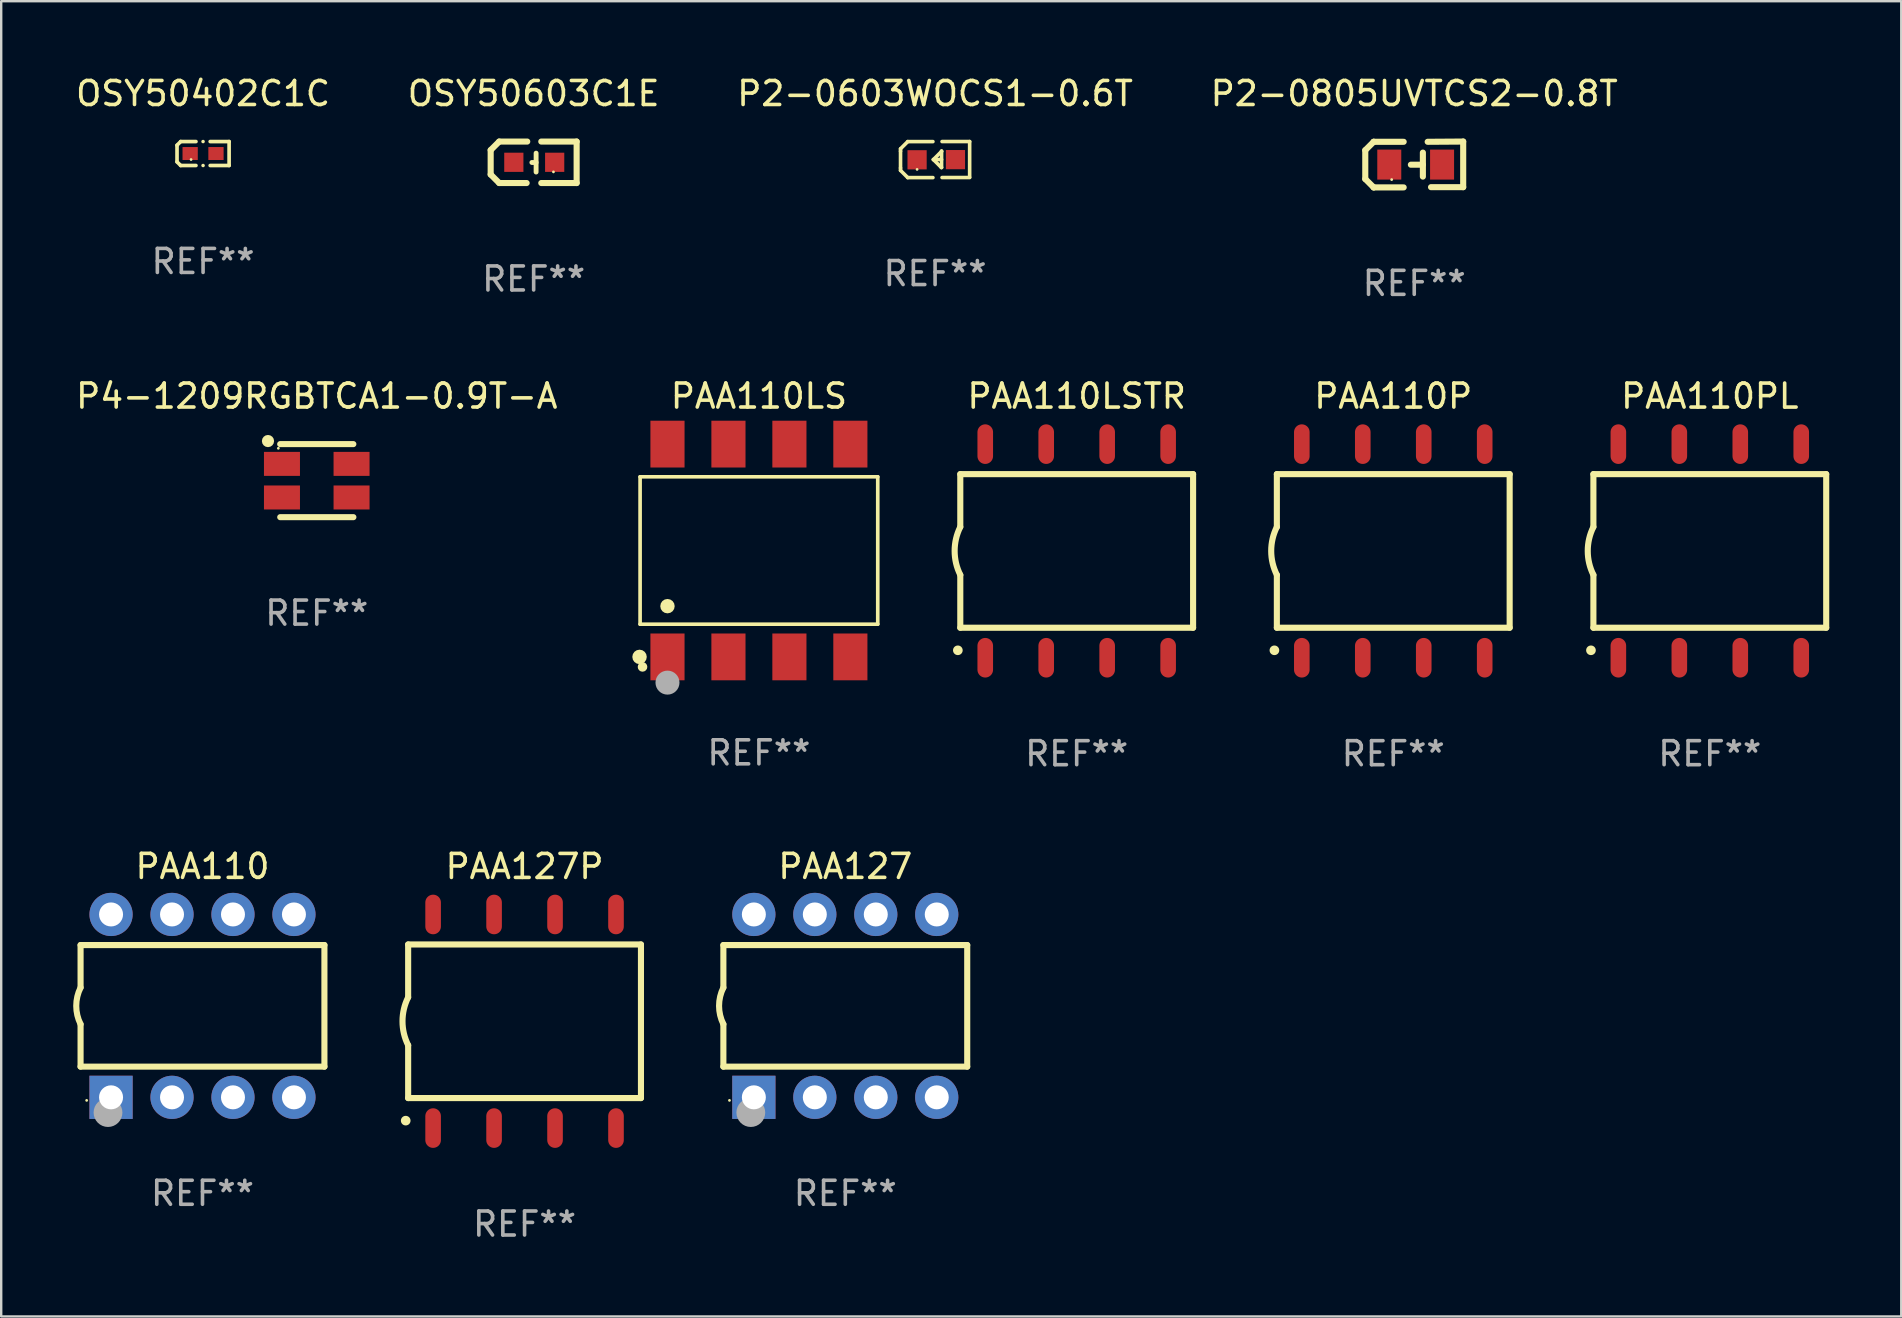
<source format=kicad_pcb>
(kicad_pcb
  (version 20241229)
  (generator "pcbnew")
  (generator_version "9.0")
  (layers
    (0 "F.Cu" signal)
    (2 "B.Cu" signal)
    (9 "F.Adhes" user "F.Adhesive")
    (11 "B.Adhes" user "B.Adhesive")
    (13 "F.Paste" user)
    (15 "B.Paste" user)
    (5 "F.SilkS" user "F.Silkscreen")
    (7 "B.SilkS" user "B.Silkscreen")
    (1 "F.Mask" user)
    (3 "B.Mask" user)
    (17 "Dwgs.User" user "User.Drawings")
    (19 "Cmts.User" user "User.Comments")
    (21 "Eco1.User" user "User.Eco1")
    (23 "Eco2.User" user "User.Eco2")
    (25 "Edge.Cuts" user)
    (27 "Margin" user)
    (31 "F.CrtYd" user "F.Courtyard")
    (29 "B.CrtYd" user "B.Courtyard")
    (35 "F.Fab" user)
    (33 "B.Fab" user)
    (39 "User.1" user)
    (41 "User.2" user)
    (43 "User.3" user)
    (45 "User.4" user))
  (footprint "PAA127"
    (layer "F.Cu")
    (at 32.17 38.861)
    (property "Reference" "PAA127" (at 0 -5.81 0) (layer "F.SilkS") (effects (font (size 1 1) (thickness 0.15))))
    (attr through_hole)
    (fp_line (start -5.08 -2.534) (end 5.08 -2.534) (stroke (width 0.254) (type solid)) (layer "F.SilkS"))
    (fp_line (start -5.08 -0.762) (end -5.08 -2.534) (stroke (width 0.254) (type solid)) (layer "F.SilkS"))
    (fp_line (start -5.08 2.531) (end -5.08 0.762) (stroke (width 0.254) (type solid)) (layer "F.SilkS"))
    (fp_line (start -5.08 2.531) (end 5.08 2.531) (stroke (width 0.254) (type solid)) (layer "F.SilkS"))
    (fp_line (start 5.08 2.531) (end 5.08 -2.534) (stroke (width 0.254) (type solid)) (layer "F.SilkS"))
    (fp_arc (start -5.08001 0.762001) (mid -5.259894 0) (end -5.08001 -0.762002) (stroke (width 0.254001) (type solid)) (layer "F.SilkS"))
    (fp_circle (center -4.826 3.937) (end -4.796 3.937) (stroke (width 0.06) (type solid)) (fill no) (layer "F.SilkS"))
    (fp_circle (center -3.937 4.445) (end -3.637 4.445) (stroke (width 0.6) (type solid)) (fill no) (layer "F.Fab"))
    (fp_text user "REF**" (at 0 7.81 0) (layer "F.Fab") (effects (font (size 1 1) (thickness 0.15))))
    (pad "1" thru_hole rect (at -3.81 3.81) (size 1.8 1.8) (drill 1) (layers "*.Cu" "*.Mask"))
    (pad "2" thru_hole circle (at -1.27 3.81) (size 1.8 1.8) (drill 1) (layers "*.Cu" "*.Mask"))
    (pad "3" thru_hole circle (at 1.27 3.81) (size 1.8 1.8) (drill 1) (layers "*.Cu" "*.Mask"))
    (pad "4" thru_hole circle (at 3.81 3.81) (size 1.8 1.8) (drill 1) (layers "*.Cu" "*.Mask"))
    (pad "5" thru_hole circle (at 3.81 -3.81) (size 1.8 1.8) (drill 1) (layers "*.Cu" "*.Mask"))
    (pad "6" thru_hole circle (at 1.27 -3.81) (size 1.8 1.8) (drill 1) (layers "*.Cu" "*.Mask"))
    (pad "7" thru_hole circle (at -1.27 -3.81) (size 1.8 1.8) (drill 1) (layers "*.Cu" "*.Mask"))
    (pad "8" thru_hole circle (at -3.81 -3.81) (size 1.8 1.8) (drill 1) (layers "*.Cu" "*.Mask")))
  (footprint "OSY50402C1C"
    (layer "F.Cu")
    (at 5.411 3.347)
    (property "Reference" "OSY50402C1C" (at 0 -2.499 0) (layer "F.SilkS") (effects (font (size 1 1) (thickness 0.15))))
    (attr through_hole)
    (fp_line (start -1.085 -0.346) (end -0.933 -0.499) (stroke (width 0.152) (type solid)) (layer "F.SilkS"))
    (fp_line (start -1.085 0.346) (end -1.085 -0.346) (stroke (width 0.152) (type solid)) (layer "F.SilkS"))
    (fp_line (start -0.933 -0.499) (end -0.296 -0.499) (stroke (width 0.152) (type solid)) (layer "F.SilkS"))
    (fp_line (start -0.933 0.499) (end -1.085 0.346) (stroke (width 0.152) (type solid)) (layer "F.SilkS"))
    (fp_line (start -0.296 0.499) (end -0.933 0.499) (stroke (width 0.152) (type solid)) (layer "F.SilkS"))
    (fp_line (start 0.296 0.499) (end 1.085 0.499) (stroke (width 0.152) (type solid)) (layer "F.SilkS"))
    (fp_line (start 1.085 -0.499) (end 0.296 -0.499) (stroke (width 0.152) (type solid)) (layer "F.SilkS"))
    (fp_line (start 1.085 0.499) (end 1.085 -0.499) (stroke (width 0.152) (type solid)) (layer "F.SilkS"))
    (fp_circle (center -0.5 0.25) (end -0.47 0.25) (stroke (width 0.06) (type solid)) (fill no) (layer "F.SilkS"))
    (fp_circle (center 0 -0.499) (end 0.038 -0.499) (stroke (width 0.076) (type solid)) (fill no) (layer "F.SilkS"))
    (fp_circle (center 0 0.499) (end 0.038 0.499) (stroke (width 0.076) (type solid)) (fill no) (layer "F.SilkS"))
    (fp_text user "REF**" (at 0 4.499 0) (layer "F.Fab") (effects (font (size 1 1) (thickness 0.15))))
    (pad "1" smd rect (at -0.538 0) (size 0.636 0.54) (layers "F.Cu" "F.Mask" "F.Paste"))
    (pad "2" smd rect (at 0.538 0) (size 0.636 0.54) (layers "F.Cu" "F.Mask" "F.Paste")))
  (footprint "OSY50603C1E"
    (layer "F.Cu")
    (at 19.185 3.712)
    (property "Reference" "OSY50603C1E" (at 0 -2.864 0) (layer "F.SilkS") (effects (font (size 1 1) (thickness 0.15))))
    (attr through_hole)
    (fp_line (start -1.791 -0.508) (end -1.435 -0.864) (stroke (width 0.254) (type solid)) (layer "F.SilkS"))
    (fp_line (start -1.791 0.508) (end -1.791 -0.508) (stroke (width 0.254) (type solid)) (layer "F.SilkS"))
    (fp_line (start -1.435 0.864) (end -1.791 0.508) (stroke (width 0.254) (type solid)) (layer "F.SilkS"))
    (fp_line (start -0.292 0.864) (end -1.435 0.864) (stroke (width 0.254) (type solid)) (layer "F.SilkS"))
    (fp_line (start -0.267 -0.864) (end -1.435 -0.864) (stroke (width 0.254) (type solid)) (layer "F.SilkS"))
    (fp_line (start 0.102 0.008) (end -0.074 0.008) (stroke (width 0.203) (type solid)) (layer "F.SilkS"))
    (fp_line (start 0.102 0.406) (end 0.102 -0.381) (stroke (width 0.203) (type solid)) (layer "F.SilkS"))
    (fp_line (start 1.791 -0.864) (end 0.318 -0.864) (stroke (width 0.254) (type solid)) (layer "F.SilkS"))
    (fp_line (start 1.791 0.864) (end 0.318 0.864) (stroke (width 0.254) (type solid)) (layer "F.SilkS"))
    (fp_line (start 1.791 0.864) (end 1.791 -0.864) (stroke (width 0.254) (type solid)) (layer "F.SilkS"))
    (fp_circle (center 0.825 0.4) (end 0.855 0.4) (stroke (width 0.06) (type solid)) (fill no) (layer "F.SilkS"))
    (fp_text user "REF**" (at 0 4.864 0) (layer "F.Fab") (effects (font (size 1 1) (thickness 0.15))))
    (pad "1" smd rect (at 0.876 0 90) (size 0.8 0.8) (layers "F.Cu" "F.Mask" "F.Paste"))
    (pad "2" smd rect (at -0.826 0 90) (size 0.8 0.8) (layers "F.Cu" "F.Mask" "F.Paste")))
  (footprint "PAA110P"
    (layer "F.Cu")
    (at 55.001 19.905)
    (property "Reference" "PAA110P" (at 0 -6.45 0) (layer "F.SilkS") (effects (font (size 1 1) (thickness 0.15))))
    (attr through_hole)
    (fp_line (start -4.85 -3.2) (end -4.85 -1) (stroke (width 0.254) (type solid)) (layer "F.SilkS"))
    (fp_line (start -4.85 -3.2) (end 4.85 -3.2) (stroke (width 0.254) (type solid)) (layer "F.SilkS"))
    (fp_line (start -4.85 3.2) (end -4.85 1) (stroke (width 0.254) (type solid)) (layer "F.SilkS"))
    (fp_line (start 4.85 -3.2) (end 4.85 3.2) (stroke (width 0.254) (type solid)) (layer "F.SilkS"))
    (fp_line (start 4.85 3.2) (end -4.85 3.2) (stroke (width 0.254) (type solid)) (layer "F.SilkS"))
    (fp_arc (start -4.95301 4.140208) (mid -4.95174 4.140204) (end -4.95047 4.140208) (stroke (width 0.4) (type solid)) (layer "F.SilkS"))
    (fp_arc (start -4.84887 1.000762) (mid -5.085418 0.000516) (end -4.850013 -1) (stroke (width 0.254001) (type solid)) (layer "F.SilkS"))
    (fp_text user "REF**" (at 0 8.45 0) (layer "F.Fab") (effects (font (size 1 1) (thickness 0.15))))
    (pad "1" smd oval (at -3.81 4.45) (size 0.65 1.65) (layers "F.Cu" "F.Mask" "F.Paste"))
    (pad "2" smd oval (at -1.27 4.45) (size 0.65 1.65) (layers "F.Cu" "F.Mask" "F.Paste"))
    (pad "3" smd oval (at 1.27 4.45) (size 0.65 1.65) (layers "F.Cu" "F.Mask" "F.Paste"))
    (pad "4" smd oval (at 3.81 4.45) (size 0.65 1.65) (layers "F.Cu" "F.Mask" "F.Paste"))
    (pad "5" smd oval (at 3.81 -4.45 180) (size 0.65 1.65) (layers "F.Cu" "F.Mask" "F.Paste"))
    (pad "6" smd oval (at 1.27 -4.45 180) (size 0.65 1.65) (layers "F.Cu" "F.Mask" "F.Paste"))
    (pad "7" smd oval (at -1.27 -4.45 180) (size 0.65 1.65) (layers "F.Cu" "F.Mask" "F.Paste"))
    (pad "8" smd oval (at -3.81 -4.45 180) (size 0.65 1.65) (layers "F.Cu" "F.Mask" "F.Paste")))
  (footprint "PAA110PL"
    (layer "F.Cu")
    (at 68.19 19.905)
    (property "Reference" "PAA110PL" (at 0 -6.45 0) (layer "F.SilkS") (effects (font (size 1 1) (thickness 0.15))))
    (attr through_hole)
    (fp_line (start -4.85 -3.2) (end -4.85 -1) (stroke (width 0.254) (type solid)) (layer "F.SilkS"))
    (fp_line (start -4.85 -3.2) (end 4.85 -3.2) (stroke (width 0.254) (type solid)) (layer "F.SilkS"))
    (fp_line (start -4.85 3.2) (end -4.85 1) (stroke (width 0.254) (type solid)) (layer "F.SilkS"))
    (fp_line (start 4.85 -3.2) (end 4.85 3.2) (stroke (width 0.254) (type solid)) (layer "F.SilkS"))
    (fp_line (start 4.85 3.2) (end -4.85 3.2) (stroke (width 0.254) (type solid)) (layer "F.SilkS"))
    (fp_arc (start -4.95301 4.140208) (mid -4.95174 4.140204) (end -4.95047 4.140208) (stroke (width 0.4) (type solid)) (layer "F.SilkS"))
    (fp_arc (start -4.84887 1.000762) (mid -5.085418 0.000516) (end -4.850013 -1) (stroke (width 0.254001) (type solid)) (layer "F.SilkS"))
    (fp_text user "REF**" (at 0 8.45 0) (layer "F.Fab") (effects (font (size 1 1) (thickness 0.15))))
    (pad "1" smd oval (at -3.81 4.45) (size 0.65 1.65) (layers "F.Cu" "F.Mask" "F.Paste"))
    (pad "2" smd oval (at -1.27 4.45) (size 0.65 1.65) (layers "F.Cu" "F.Mask" "F.Paste"))
    (pad "3" smd oval (at 1.27 4.45) (size 0.65 1.65) (layers "F.Cu" "F.Mask" "F.Paste"))
    (pad "4" smd oval (at 3.81 4.45) (size 0.65 1.65) (layers "F.Cu" "F.Mask" "F.Paste"))
    (pad "5" smd oval (at 3.81 -4.45 180) (size 0.65 1.65) (layers "F.Cu" "F.Mask" "F.Paste"))
    (pad "6" smd oval (at 1.27 -4.45 180) (size 0.65 1.65) (layers "F.Cu" "F.Mask" "F.Paste"))
    (pad "7" smd oval (at -1.27 -4.45 180) (size 0.65 1.65) (layers "F.Cu" "F.Mask" "F.Paste"))
    (pad "8" smd oval (at -3.81 -4.45 180) (size 0.65 1.65) (layers "F.Cu" "F.Mask" "F.Paste")))
  (footprint "P2-0805UVTCS2-0.8T"
    (layer "F.Cu")
    (at 55.875 3.803)
    (property "Reference" "P2-0805UVTCS2-0.8T" (at 0 -2.955 0) (layer "F.SilkS") (effects (font (size 1 1) (thickness 0.15))))
    (attr through_hole)
    (fp_line (start -2.04 -0.595) (end -2.04 0.605) (stroke (width 0.254) (type solid)) (layer "F.SilkS"))
    (fp_line (start -1.69 -0.945) (end -1.69 -0.945) (stroke (width 0.254) (type solid)) (layer "F.SilkS"))
    (fp_line (start -1.69 -0.945) (end -2.04 -0.595) (stroke (width 0.254) (type solid)) (layer "F.SilkS"))
    (fp_line (start -1.69 0.955) (end -2.04 0.605) (stroke (width 0.254) (type solid)) (layer "F.SilkS"))
    (fp_line (start -1.69 0.955) (end -1.69 0.955) (stroke (width 0.254) (type solid)) (layer "F.SilkS"))
    (fp_line (start -0.44 -0.945) (end -1.69 -0.945) (stroke (width 0.254) (type solid)) (layer "F.SilkS"))
    (fp_line (start -0.44 0.955) (end -1.69 0.955) (stroke (width 0.254) (type solid)) (layer "F.SilkS"))
    (fp_line (start 0.36 -0.495) (end 0.36 0.505) (stroke (width 0.254) (type solid)) (layer "F.SilkS"))
    (fp_line (start 0.36 0.01) (end -0.14 0.01) (stroke (width 0.254) (type solid)) (layer "F.SilkS"))
    (fp_line (start 0.56 -0.945) (end 2.04 -0.955) (stroke (width 0.254) (type solid)) (layer "F.SilkS"))
    (fp_line (start 0.7 0.945) (end 2.04 0.945) (stroke (width 0.254) (type solid)) (layer "F.SilkS"))
    (fp_line (start 2.04 -0.955) (end 2.04 0.945) (stroke (width 0.254) (type solid)) (layer "F.SilkS"))
    (fp_circle (center -0.94 0.63) (end -0.91 0.63) (stroke (width 0.06) (type solid)) (fill no) (layer "F.SilkS"))
    (fp_text user "REF**" (at 0 4.955 0) (layer "F.Fab") (effects (font (size 1 1) (thickness 0.15))))
    (pad "1" smd rect (at -1.04 0.005 180) (size 1 1.25) (layers "F.Cu" "F.Mask" "F.Paste"))
    (pad "2" smd rect (at 1.16 0.005 180) (size 1 1.25) (layers "F.Cu" "F.Mask" "F.Paste")))
  (footprint "PAA110LSTR"
    (layer "F.Cu")
    (at 41.811 19.905)
    (property "Reference" "PAA110LSTR" (at 0 -6.45 0) (layer "F.SilkS") (effects (font (size 1 1) (thickness 0.15))))
    (attr through_hole)
    (fp_line (start -4.85 -3.2) (end -4.85 -1) (stroke (width 0.254) (type solid)) (layer "F.SilkS"))
    (fp_line (start -4.85 -3.2) (end 4.85 -3.2) (stroke (width 0.254) (type solid)) (layer "F.SilkS"))
    (fp_line (start -4.85 3.2) (end -4.85 1) (stroke (width 0.254) (type solid)) (layer "F.SilkS"))
    (fp_line (start 4.85 -3.2) (end 4.85 3.2) (stroke (width 0.254) (type solid)) (layer "F.SilkS"))
    (fp_line (start 4.85 3.2) (end -4.85 3.2) (stroke (width 0.254) (type solid)) (layer "F.SilkS"))
    (fp_arc (start -4.95301 4.140208) (mid -4.95174 4.140204) (end -4.95047 4.140208) (stroke (width 0.4) (type solid)) (layer "F.SilkS"))
    (fp_arc (start -4.84887 1.000762) (mid -5.085418 0.000516) (end -4.850013 -1) (stroke (width 0.254001) (type solid)) (layer "F.SilkS"))
    (fp_text user "REF**" (at 0 8.45 0) (layer "F.Fab") (effects (font (size 1 1) (thickness 0.15))))
    (pad "1" smd oval (at -3.81 4.45) (size 0.65 1.65) (layers "F.Cu" "F.Mask" "F.Paste"))
    (pad "2" smd oval (at -1.27 4.45) (size 0.65 1.65) (layers "F.Cu" "F.Mask" "F.Paste"))
    (pad "3" smd oval (at 1.27 4.45) (size 0.65 1.65) (layers "F.Cu" "F.Mask" "F.Paste"))
    (pad "4" smd oval (at 3.81 4.45) (size 0.65 1.65) (layers "F.Cu" "F.Mask" "F.Paste"))
    (pad "5" smd oval (at 3.81 -4.45 180) (size 0.65 1.65) (layers "F.Cu" "F.Mask" "F.Paste"))
    (pad "6" smd oval (at 1.27 -4.45 180) (size 0.65 1.65) (layers "F.Cu" "F.Mask" "F.Paste"))
    (pad "7" smd oval (at -1.27 -4.45 180) (size 0.65 1.65) (layers "F.Cu" "F.Mask" "F.Paste"))
    (pad "8" smd oval (at -3.81 -4.45 180) (size 0.65 1.65) (layers "F.Cu" "F.Mask" "F.Paste")))
  (footprint "PAA127P"
    (layer "F.Cu")
    (at 18.806 39.502)
    (property "Reference" "PAA127P" (at 0 -6.45 0) (layer "F.SilkS") (effects (font (size 1 1) (thickness 0.15))))
    (attr through_hole)
    (fp_line (start -4.85 -3.2) (end -4.85 -1) (stroke (width 0.254) (type solid)) (layer "F.SilkS"))
    (fp_line (start -4.85 -3.2) (end 4.85 -3.2) (stroke (width 0.254) (type solid)) (layer "F.SilkS"))
    (fp_line (start -4.85 3.2) (end -4.85 1) (stroke (width 0.254) (type solid)) (layer "F.SilkS"))
    (fp_line (start 4.85 -3.2) (end 4.85 3.2) (stroke (width 0.254) (type solid)) (layer "F.SilkS"))
    (fp_line (start 4.85 3.2) (end -4.85 3.2) (stroke (width 0.254) (type solid)) (layer "F.SilkS"))
    (fp_arc (start -4.95301 4.140208) (mid -4.95174 4.140204) (end -4.95047 4.140208) (stroke (width 0.4) (type solid)) (layer "F.SilkS"))
    (fp_arc (start -4.84887 1.000762) (mid -5.085418 0.000516) (end -4.850013 -1) (stroke (width 0.254001) (type solid)) (layer "F.SilkS"))
    (fp_text user "REF**" (at 0 8.45 0) (layer "F.Fab") (effects (font (size 1 1) (thickness 0.15))))
    (pad "1" smd oval (at -3.81 4.45) (size 0.65 1.65) (layers "F.Cu" "F.Mask" "F.Paste"))
    (pad "2" smd oval (at -1.27 4.45) (size 0.65 1.65) (layers "F.Cu" "F.Mask" "F.Paste"))
    (pad "3" smd oval (at 1.27 4.45) (size 0.65 1.65) (layers "F.Cu" "F.Mask" "F.Paste"))
    (pad "4" smd oval (at 3.81 4.45) (size 0.65 1.65) (layers "F.Cu" "F.Mask" "F.Paste"))
    (pad "5" smd oval (at 3.81 -4.45 180) (size 0.65 1.65) (layers "F.Cu" "F.Mask" "F.Paste"))
    (pad "6" smd oval (at 1.27 -4.45 180) (size 0.65 1.65) (layers "F.Cu" "F.Mask" "F.Paste"))
    (pad "7" smd oval (at -1.27 -4.45 180) (size 0.65 1.65) (layers "F.Cu" "F.Mask" "F.Paste"))
    (pad "8" smd oval (at -3.81 -4.45 180) (size 0.65 1.65) (layers "F.Cu" "F.Mask" "F.Paste")))
  (footprint "P2-0603WOCS1-0.6T"
    (layer "F.Cu")
    (at 35.911 3.599)
    (property "Reference" "P2-0603WOCS1-0.6T" (at 0 -2.751 0) (layer "F.SilkS") (effects (font (size 1 1) (thickness 0.15))))
    (attr through_hole)
    (fp_line (start -1.44 -0.449) (end -1.14 -0.749) (stroke (width 0.15) (type solid)) (layer "F.SilkS"))
    (fp_line (start -1.44 -0.349) (end -1.44 -0.449) (stroke (width 0.15) (type solid)) (layer "F.SilkS"))
    (fp_line (start -1.44 -0.349) (end -1.44 0.351) (stroke (width 0.15) (type solid)) (layer "F.SilkS"))
    (fp_line (start -1.44 0.351) (end -1.44 0.451) (stroke (width 0.15) (type solid)) (layer "F.SilkS"))
    (fp_line (start -1.44 0.451) (end -1.14 0.751) (stroke (width 0.15) (type solid)) (layer "F.SilkS"))
    (fp_line (start -0.09 -0.749) (end -1.14 -0.749) (stroke (width 0.15) (type solid)) (layer "F.SilkS"))
    (fp_line (start -0.09 0.751) (end -1.14 0.751) (stroke (width 0.15) (type solid)) (layer "F.SilkS"))
    (fp_line (start 0.26 0.329) (end -0.07 -0.001) (stroke (width 0.15) (type solid)) (layer "F.SilkS"))
    (fp_line (start 0.27 -0.351) (end 0.27 -0.341) (stroke (width 0.15) (type solid)) (layer "F.SilkS"))
    (fp_line (start 0.27 -0.351) (end 0.27 0.329) (stroke (width 0.15) (type solid)) (layer "F.SilkS"))
    (fp_line (start 0.27 -0.341) (end -0.07 -0.001) (stroke (width 0.15) (type solid)) (layer "F.SilkS"))
    (fp_line (start 0.27 -0.001) (end -0.07 -0.001) (stroke (width 0.15) (type solid)) (layer "F.SilkS"))
    (fp_line (start 0.27 0.329) (end 0.26 0.329) (stroke (width 0.15) (type solid)) (layer "F.SilkS"))
    (fp_line (start 0.29 -0.751) (end 1.44 -0.751) (stroke (width 0.15) (type solid)) (layer "F.SilkS"))
    (fp_line (start 0.29 0.749) (end 1.44 0.749) (stroke (width 0.15) (type solid)) (layer "F.SilkS"))
    (fp_line (start 1.44 -0.751) (end 1.44 0.729) (stroke (width 0.15) (type solid)) (layer "F.SilkS"))
    (fp_circle (center -0.75 0.409) (end -0.72 0.409) (stroke (width 0.06) (type solid)) (fill no) (layer "F.SilkS"))
    (fp_text user "REF**" (at 0 4.751 0) (layer "F.Fab") (effects (font (size 1 1) (thickness 0.15))))
    (pad "1" smd rect (at -0.75 0.009 90) (size 0.8 0.8) (layers "F.Cu" "F.Mask" "F.Paste"))
    (pad "2" smd rect (at 0.849 0.002 90) (size 0.8 0.8) (layers "F.Cu" "F.Mask" "F.Paste")))
  (footprint "PAA110LS"
    (layer "F.Cu")
    (at 28.571 19.887)
    (property "Reference" "PAA110LS" (at 0 -6.433 0) (layer "F.SilkS") (effects (font (size 1 1) (thickness 0.15))))
    (attr through_hole)
    (fp_line (start -4.951 -3.071) (end 4.951 -3.071) (stroke (width 0.152) (type solid)) (layer "F.SilkS"))
    (fp_line (start -4.951 3.071) (end -4.951 -3.071) (stroke (width 0.152) (type solid)) (layer "F.SilkS"))
    (fp_line (start 4.951 -3.071) (end 4.951 3.071) (stroke (width 0.152) (type solid)) (layer "F.SilkS"))
    (fp_line (start 4.951 3.071) (end -4.951 3.071) (stroke (width 0.152) (type solid)) (layer "F.SilkS"))
    (fp_circle (center -4.974 4.433) (end -4.823 4.433) (stroke (width 0.3) (type solid)) (fill no) (layer "F.SilkS"))
    (fp_circle (center -4.85 4.85) (end -4.75 4.85) (stroke (width 0.2) (type solid)) (fill no) (layer "F.SilkS"))
    (fp_circle (center -3.81 2.319) (end -3.66 2.319) (stroke (width 0.3) (type solid)) (fill no) (layer "F.SilkS"))
    (fp_circle (center -3.81 5.505) (end -3.56 5.505) (stroke (width 0.5) (type solid)) (fill no) (layer "F.Fab"))
    (fp_text user "REF**" (at 0 8.433 0) (layer "F.Fab") (effects (font (size 1 1) (thickness 0.15))))
    (pad "1" smd rect (at -3.81 4.433) (size 1.422 1.95) (layers "F.Cu" "F.Mask" "F.Paste"))
    (pad "2" smd rect (at -1.27 4.433) (size 1.422 1.95) (layers "F.Cu" "F.Mask" "F.Paste"))
    (pad "3" smd rect (at 1.27 4.433) (size 1.422 1.95) (layers "F.Cu" "F.Mask" "F.Paste"))
    (pad "4" smd rect (at 3.81 4.433) (size 1.422 1.95) (layers "F.Cu" "F.Mask" "F.Paste"))
    (pad "5" smd rect (at 3.81 -4.433) (size 1.422 1.95) (layers "F.Cu" "F.Mask" "F.Paste"))
    (pad "6" smd rect (at 1.27 -4.433) (size 1.422 1.95) (layers "F.Cu" "F.Mask" "F.Paste"))
    (pad "7" smd rect (at -1.27 -4.433) (size 1.422 1.95) (layers "F.Cu" "F.Mask" "F.Paste"))
    (pad "8" smd rect (at -3.81 -4.433) (size 1.422 1.95) (layers "F.Cu" "F.Mask" "F.Paste")))
  (footprint "P4-1209RGBTCA1-0.9T-A"
    (layer "F.Cu")
    (at 10.149 16.976)
    (property "Reference" "P4-1209RGBTCA1-0.9T-A" (at 0 -3.522 0) (layer "F.SilkS") (effects (font (size 1 1) (thickness 0.15))))
    (attr through_hole)
    (fp_line (start -1.525 -1.522) (end 1.523 -1.522) (stroke (width 0.254) (type solid)) (layer "F.SilkS"))
    (fp_line (start 1.525 1.522) (end -1.523 1.522) (stroke (width 0.254) (type solid)) (layer "F.SilkS"))
    (fp_circle (center -2.033 -1.649) (end -1.906 -1.649) (stroke (width 0.254) (type solid)) (fill no) (layer "F.SilkS"))
    (fp_circle (center -1.601 -1.348) (end -1.571 -1.348) (stroke (width 0.06) (type solid)) (fill no) (layer "F.SilkS"))
    (fp_text user "REF**" (at 0 5.522 0) (layer "F.Fab") (effects (font (size 1 1) (thickness 0.15))))
    (pad "1" smd rect (at -1.451 -0.698) (size 1.5 1) (layers "F.Cu" "F.Mask" "F.Paste"))
    (pad "2" smd rect (at 1.449 -0.698) (size 1.5 1) (layers "F.Cu" "F.Mask" "F.Paste"))
    (pad "3" smd rect (at -1.451 0.702) (size 1.5 1) (layers "F.Cu" "F.Mask" "F.Paste"))
    (pad "4" smd rect (at 1.449 0.702) (size 1.5 1) (layers "F.Cu" "F.Mask" "F.Paste")))
  (footprint "PAA110"
    (layer "F.Cu")
    (at 5.387 38.861)
    (property "Reference" "PAA110" (at 0 -5.81 0) (layer "F.SilkS") (effects (font (size 1 1) (thickness 0.15))))
    (attr through_hole)
    (fp_line (start -5.08 -2.534) (end 5.08 -2.534) (stroke (width 0.254) (type solid)) (layer "F.SilkS"))
    (fp_line (start -5.08 -0.762) (end -5.08 -2.534) (stroke (width 0.254) (type solid)) (layer "F.SilkS"))
    (fp_line (start -5.08 2.531) (end -5.08 0.762) (stroke (width 0.254) (type solid)) (layer "F.SilkS"))
    (fp_line (start -5.08 2.531) (end 5.08 2.531) (stroke (width 0.254) (type solid)) (layer "F.SilkS"))
    (fp_line (start 5.08 2.531) (end 5.08 -2.534) (stroke (width 0.254) (type solid)) (layer "F.SilkS"))
    (fp_arc (start -5.08001 0.762001) (mid -5.259894 0) (end -5.08001 -0.762002) (stroke (width 0.254001) (type solid)) (layer "F.SilkS"))
    (fp_circle (center -4.826 3.937) (end -4.796 3.937) (stroke (width 0.06) (type solid)) (fill no) (layer "F.SilkS"))
    (fp_circle (center -3.937 4.445) (end -3.637 4.445) (stroke (width 0.6) (type solid)) (fill no) (layer "F.Fab"))
    (fp_text user "REF**" (at 0 7.81 0) (layer "F.Fab") (effects (font (size 1 1) (thickness 0.15))))
    (pad "1" thru_hole rect (at -3.81 3.81) (size 1.8 1.8) (drill 1) (layers "*.Cu" "*.Mask"))
    (pad "2" thru_hole circle (at -1.27 3.81) (size 1.8 1.8) (drill 1) (layers "*.Cu" "*.Mask"))
    (pad "3" thru_hole circle (at 1.27 3.81) (size 1.8 1.8) (drill 1) (layers "*.Cu" "*.Mask"))
    (pad "4" thru_hole circle (at 3.81 3.81) (size 1.8 1.8) (drill 1) (layers "*.Cu" "*.Mask"))
    (pad "5" thru_hole circle (at 3.81 -3.81) (size 1.8 1.8) (drill 1) (layers "*.Cu" "*.Mask"))
    (pad "6" thru_hole circle (at 1.27 -3.81) (size 1.8 1.8) (drill 1) (layers "*.Cu" "*.Mask"))
    (pad "7" thru_hole circle (at -1.27 -3.81) (size 1.8 1.8) (drill 1) (layers "*.Cu" "*.Mask"))
    (pad "8" thru_hole circle (at -3.81 -3.81) (size 1.8 1.8) (drill 1) (layers "*.Cu" "*.Mask")))
  (gr_rect
    (start -3 -3)
    (end 76.167 51.8)
    (stroke (width 0.1) (type default))
    (fill no)
    (layer "Edge.Cuts")))
</source>
